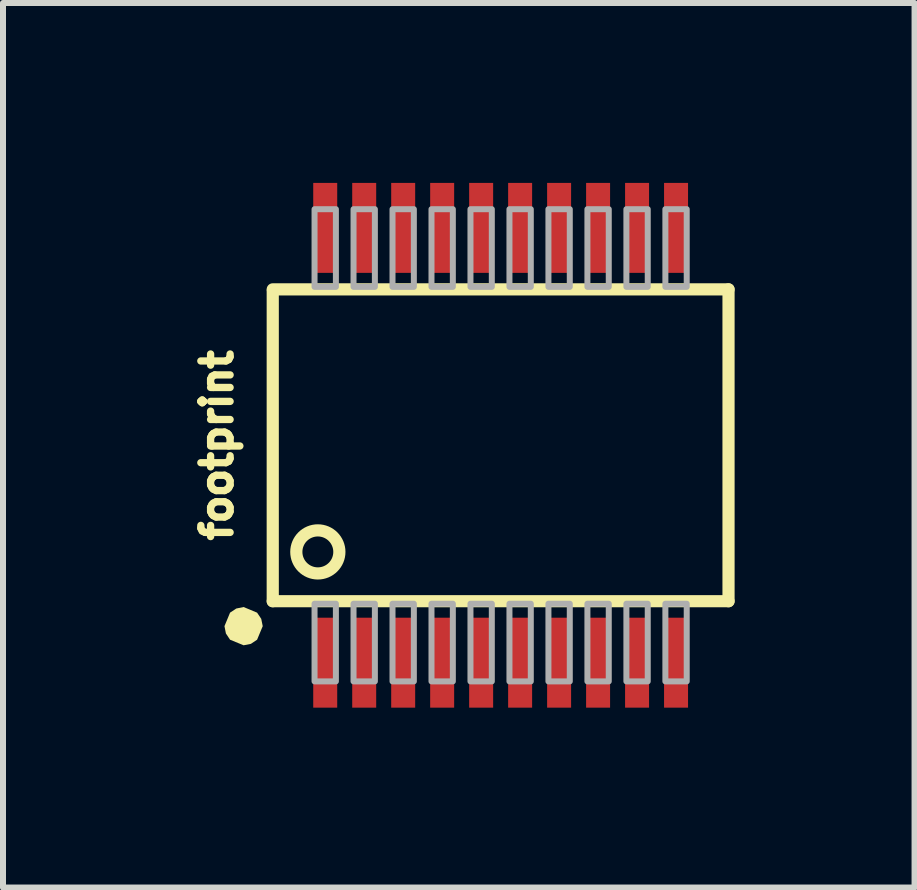
<source format=kicad_pcb>
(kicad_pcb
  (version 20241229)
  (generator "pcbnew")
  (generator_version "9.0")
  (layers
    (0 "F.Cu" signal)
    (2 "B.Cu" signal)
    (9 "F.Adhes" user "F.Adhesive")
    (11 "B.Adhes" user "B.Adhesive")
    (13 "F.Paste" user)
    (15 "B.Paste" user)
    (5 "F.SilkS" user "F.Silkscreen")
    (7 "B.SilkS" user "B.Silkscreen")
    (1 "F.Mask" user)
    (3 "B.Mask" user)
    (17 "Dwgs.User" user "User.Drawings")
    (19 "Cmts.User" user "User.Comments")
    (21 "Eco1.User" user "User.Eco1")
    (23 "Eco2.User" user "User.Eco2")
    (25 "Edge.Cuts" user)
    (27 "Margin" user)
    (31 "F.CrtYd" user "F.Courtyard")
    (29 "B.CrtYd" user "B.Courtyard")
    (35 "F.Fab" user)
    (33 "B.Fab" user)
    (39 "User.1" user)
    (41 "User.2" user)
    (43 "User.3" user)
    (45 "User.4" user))
  (footprint "footprint"
    (layer "F.Cu")
    (at 5.298 4.375)
    (property "Reference" "footprint" (at -4.445 0 90) (layer "F.SilkS") (effects (font (size 0.488 0.488) (thickness 0.122)) (justify bottom)))
    (fp_line (start -3.825 -2.575) (end -3.8 -2.575) (stroke (width 0.127) (type solid)) (layer "F.SilkS"))
    (fp_line (start -3.8 -2.575) (end -3.8 2.6) (stroke (width 0.203) (type solid)) (layer "F.SilkS"))
    (fp_line (start -3.8 2.6) (end 3.8 2.6) (stroke (width 0.203) (type solid)) (layer "F.SilkS"))
    (fp_line (start 3.8 -2.6) (end -3.8 -2.6) (stroke (width 0.203) (type solid)) (layer "F.SilkS"))
    (fp_line (start 3.8 2.6) (end 3.8 -2.6) (stroke (width 0.203) (type solid)) (layer "F.SilkS"))
    (fp_circle (center -3.048 1.778) (end -2.689 1.778) (stroke (width 0.203) (type solid)) (fill no) (layer "F.SilkS"))
    (fp_poly (pts (xy -4.061 2.791) (xy -3.992 2.894) (xy -3.967 3.016) (xy -4.061 3.242) (xy -4.164 3.311) (xy -4.286 3.335) (xy -4.512 3.242) (xy -4.581 3.138) (xy -4.605 3.016) (xy -4.512 2.791) (xy -4.408 2.722) (xy -4.286 2.697)) (stroke (width 0) (type solid)) (fill yes) (layer "F.SilkS"))
    (fp_poly (pts (xy -3.103 3.937) (xy -2.747 3.937) (xy -2.747 2.642) (xy -3.103 2.642)) (stroke (width 0.1) (type solid)) (fill no) (layer "F.Fab"))
    (fp_poly (pts (xy -3.103 -2.642) (xy -2.747 -2.642) (xy -2.747 -3.937) (xy -3.103 -3.937)) (stroke (width 0.1) (type solid)) (fill no) (layer "F.Fab"))
    (fp_poly (pts (xy -2.453 3.937) (xy -2.097 3.937) (xy -2.097 2.642) (xy -2.453 2.642)) (stroke (width 0.1) (type solid)) (fill no) (layer "F.Fab"))
    (fp_poly (pts (xy -2.453 -2.642) (xy -2.097 -2.642) (xy -2.097 -3.937) (xy -2.453 -3.937)) (stroke (width 0.1) (type solid)) (fill no) (layer "F.Fab"))
    (fp_poly (pts (xy -1.803 3.937) (xy -1.447 3.937) (xy -1.447 2.642) (xy -1.803 2.642)) (stroke (width 0.1) (type solid)) (fill no) (layer "F.Fab"))
    (fp_poly (pts (xy -1.803 -2.642) (xy -1.447 -2.642) (xy -1.447 -3.937) (xy -1.803 -3.937)) (stroke (width 0.1) (type solid)) (fill no) (layer "F.Fab"))
    (fp_poly (pts (xy -1.153 3.937) (xy -0.797 3.937) (xy -0.797 2.642) (xy -1.153 2.642)) (stroke (width 0.1) (type solid)) (fill no) (layer "F.Fab"))
    (fp_poly (pts (xy -1.153 -2.642) (xy -0.797 -2.642) (xy -0.797 -3.937) (xy -1.153 -3.937)) (stroke (width 0.1) (type solid)) (fill no) (layer "F.Fab"))
    (fp_poly (pts (xy -0.503 3.937) (xy -0.147 3.937) (xy -0.147 2.642) (xy -0.503 2.642)) (stroke (width 0.1) (type solid)) (fill no) (layer "F.Fab"))
    (fp_poly (pts (xy -0.503 -2.642) (xy -0.147 -2.642) (xy -0.147 -3.937) (xy -0.503 -3.937)) (stroke (width 0.1) (type solid)) (fill no) (layer "F.Fab"))
    (fp_poly (pts (xy 0.147 3.937) (xy 0.503 3.937) (xy 0.503 2.642) (xy 0.147 2.642)) (stroke (width 0.1) (type solid)) (fill no) (layer "F.Fab"))
    (fp_poly (pts (xy 0.147 -2.642) (xy 0.503 -2.642) (xy 0.503 -3.937) (xy 0.147 -3.937)) (stroke (width 0.1) (type solid)) (fill no) (layer "F.Fab"))
    (fp_poly (pts (xy 0.797 3.937) (xy 1.153 3.937) (xy 1.153 2.642) (xy 0.797 2.642)) (stroke (width 0.1) (type solid)) (fill no) (layer "F.Fab"))
    (fp_poly (pts (xy 0.797 -2.642) (xy 1.153 -2.642) (xy 1.153 -3.937) (xy 0.797 -3.937)) (stroke (width 0.1) (type solid)) (fill no) (layer "F.Fab"))
    (fp_poly (pts (xy 1.447 -2.642) (xy 1.803 -2.642) (xy 1.803 -3.937) (xy 1.447 -3.937)) (stroke (width 0.1) (type solid)) (fill no) (layer "F.Fab"))
    (fp_poly (pts (xy 1.447 3.937) (xy 1.803 3.937) (xy 1.803 2.642) (xy 1.447 2.642)) (stroke (width 0.1) (type solid)) (fill no) (layer "F.Fab"))
    (fp_poly (pts (xy 2.097 -2.642) (xy 2.453 -2.642) (xy 2.453 -3.937) (xy 2.097 -3.937)) (stroke (width 0.1) (type solid)) (fill no) (layer "F.Fab"))
    (fp_poly (pts (xy 2.097 3.937) (xy 2.453 3.937) (xy 2.453 2.642) (xy 2.097 2.642)) (stroke (width 0.1) (type solid)) (fill no) (layer "F.Fab"))
    (fp_poly (pts (xy 2.747 -2.642) (xy 3.103 -2.642) (xy 3.103 -3.937) (xy 2.747 -3.937)) (stroke (width 0.1) (type solid)) (fill no) (layer "F.Fab"))
    (fp_poly (pts (xy 2.747 3.937) (xy 3.103 3.937) (xy 3.103 2.642) (xy 2.747 2.642)) (stroke (width 0.1) (type solid)) (fill no) (layer "F.Fab"))
    (pad "1" smd rect (at -2.925 3.625) (size 0.4 1.5) (layers "F.Cu" "F.Mask" "F.Paste"))
    (pad "2" smd rect (at -2.275 3.625) (size 0.4 1.5) (layers "F.Cu" "F.Mask" "F.Paste"))
    (pad "3" smd rect (at -1.625 3.625) (size 0.4 1.5) (layers "F.Cu" "F.Mask" "F.Paste"))
    (pad "4" smd rect (at -0.975 3.625) (size 0.4 1.5) (layers "F.Cu" "F.Mask" "F.Paste"))
    (pad "5" smd rect (at -0.325 3.625) (size 0.4 1.5) (layers "F.Cu" "F.Mask" "F.Paste"))
    (pad "6" smd rect (at 0.325 3.625) (size 0.4 1.5) (layers "F.Cu" "F.Mask" "F.Paste"))
    (pad "7" smd rect (at 0.975 3.625) (size 0.4 1.5) (layers "F.Cu" "F.Mask" "F.Paste"))
    (pad "8" smd rect (at 1.625 3.625) (size 0.4 1.5) (layers "F.Cu" "F.Mask" "F.Paste"))
    (pad "9" smd rect (at 2.275 3.625) (size 0.4 1.5) (layers "F.Cu" "F.Mask" "F.Paste"))
    (pad "10" smd rect (at 2.925 3.625) (size 0.4 1.5) (layers "F.Cu" "F.Mask" "F.Paste"))
    (pad "11" smd rect (at 2.925 -3.625) (size 0.4 1.5) (layers "F.Cu" "F.Mask" "F.Paste"))
    (pad "12" smd rect (at 2.275 -3.625) (size 0.4 1.5) (layers "F.Cu" "F.Mask" "F.Paste"))
    (pad "13" smd rect (at 1.625 -3.625) (size 0.4 1.5) (layers "F.Cu" "F.Mask" "F.Paste"))
    (pad "14" smd rect (at 0.975 -3.625) (size 0.4 1.5) (layers "F.Cu" "F.Mask" "F.Paste"))
    (pad "15" smd rect (at 0.325 -3.625) (size 0.4 1.5) (layers "F.Cu" "F.Mask" "F.Paste"))
    (pad "16" smd rect (at -0.325 -3.625) (size 0.4 1.5) (layers "F.Cu" "F.Mask" "F.Paste"))
    (pad "17" smd rect (at -0.975 -3.625) (size 0.4 1.5) (layers "F.Cu" "F.Mask" "F.Paste"))
    (pad "18" smd rect (at -1.625 -3.625) (size 0.4 1.5) (layers "F.Cu" "F.Mask" "F.Paste"))
    (pad "19" smd rect (at -2.275 -3.625) (size 0.4 1.5) (layers "F.Cu" "F.Mask" "F.Paste"))
    (pad "20" smd rect (at -2.925 -3.625) (size 0.4 1.5) (layers "F.Cu" "F.Mask" "F.Paste")))
  (gr_rect
    (start -3 -3)
    (end 12.2 11.75)
    (stroke (width 0.1) (type default))
    (fill no)
    (layer "Edge.Cuts")))
</source>
